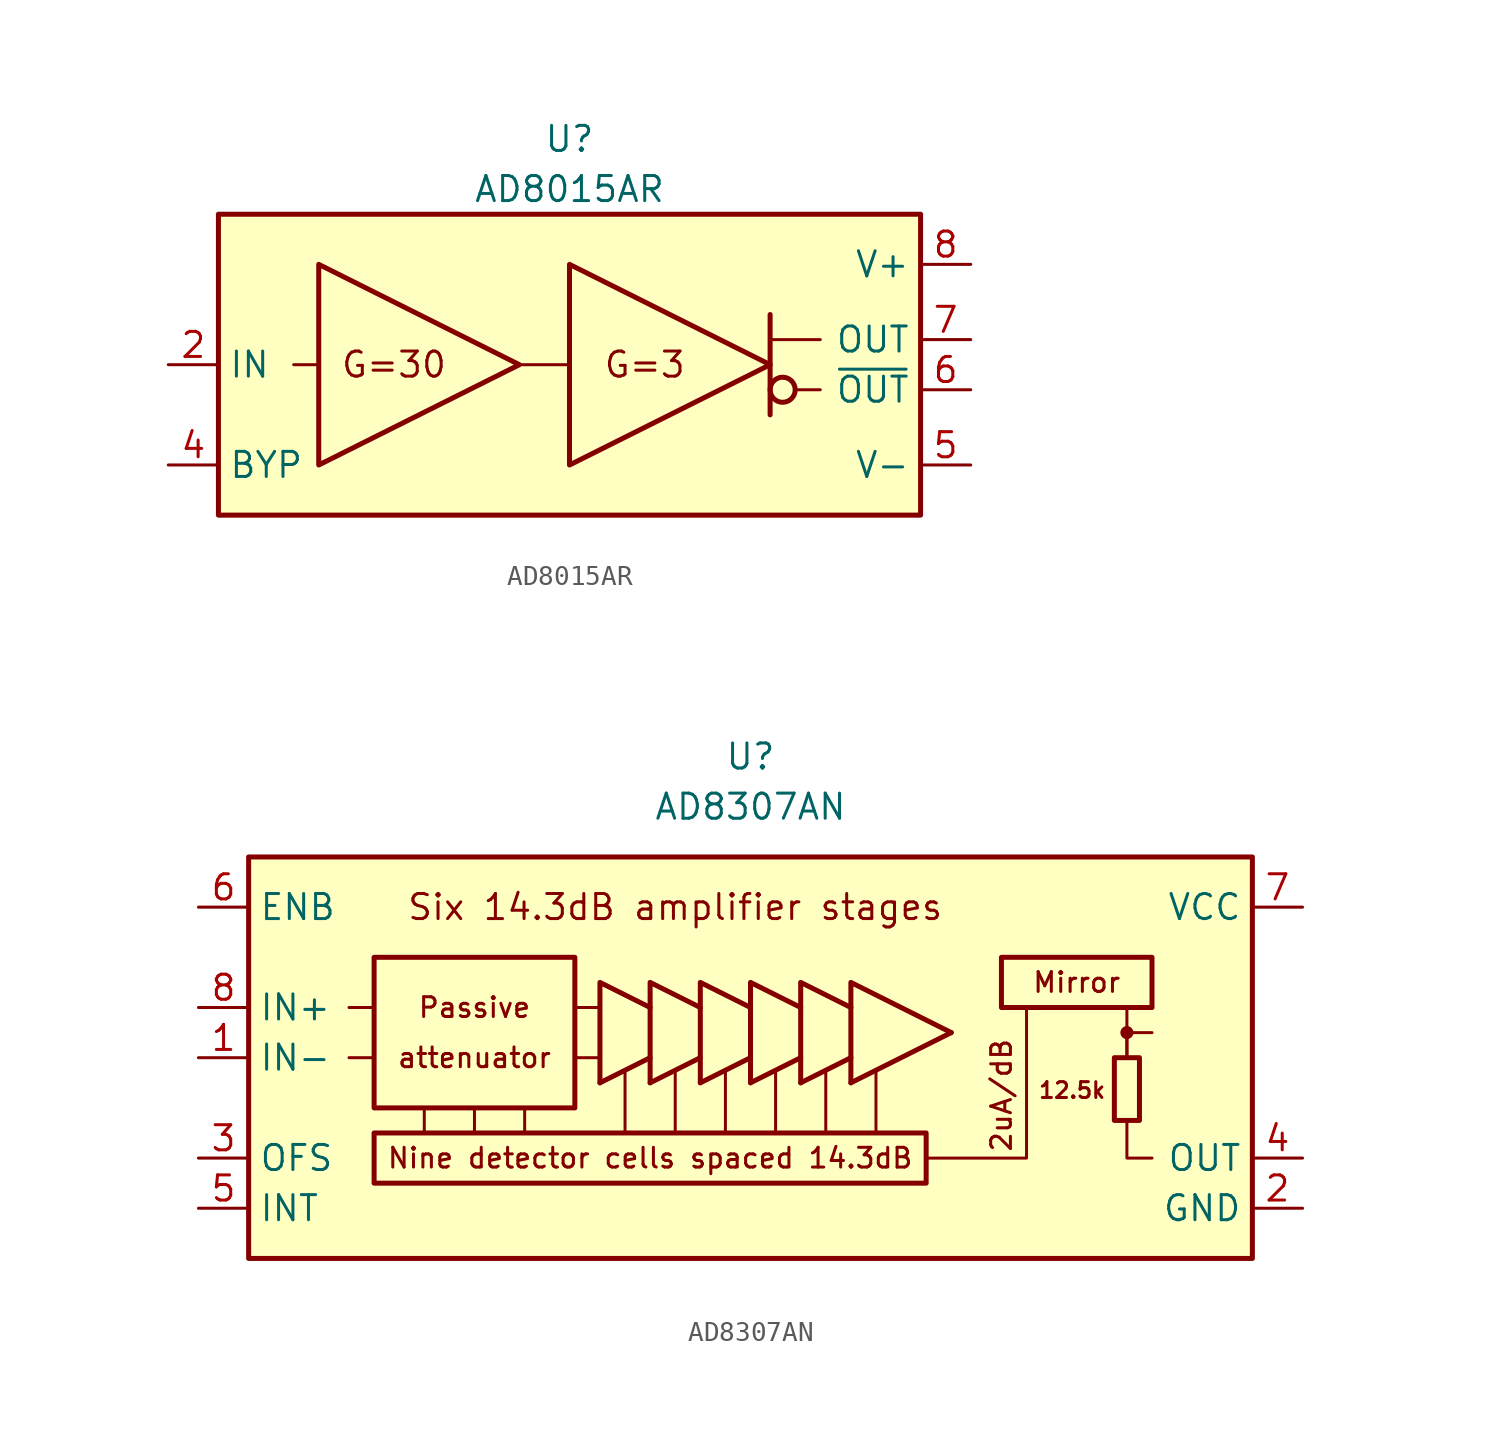
<source format=kicad_sym>
(kicad_symbol_lib
  (version 20211014)
  (generator kicad_symbol_editor)
  (symbol "AD8015AR"
    (property "Reference" "U"
      (at 0 11.43 0)
      (effects (font (size 1.27 1.27))))
    (property "Value" "AD8015AR"
      (at 0 8.89 0)
      (effects (font (size 1.27 1.27))))
    (symbol "AD8015AR_0_0"
      (rectangle (start -17.78 7.62) (end 17.78 -7.62) (stroke (width 0.254) (type default) (color 0 0 0 0)) (fill (type background)))
      (polyline (pts (xy -12.7 0) (xy -13.97 0)) (stroke (width 0.152) (type default) (color 0 0 0 0)) (fill (type none)))
      (polyline (pts (xy 0 0) (xy -2.54 0)) (stroke (width 0.152) (type default) (color 0 0 0 0)) (fill (type none)))
      (text "G=3" (at 3.81 0 0) (effects (font (size 1.27 1.27))))
      (text "G=30" (at -8.89 0 0) (effects (font (size 1.27 1.27)))))
    (symbol "AD8015AR_0_1"
      (polyline (pts (xy 10.16 1.27) (xy 12.7 1.27)) (stroke (width 0.152) (type default) (color 0 0 0 0)) (fill (type none)))
      (polyline (pts (xy 10.16 2.54) (xy 10.16 -2.54)) (stroke (width 0.254) (type default) (color 0 0 0 0)) (fill (type none)))
      (polyline (pts (xy 11.43 -1.27) (xy 12.7 -1.27)) (stroke (width 0.152) (type default) (color 0 0 0 0)) (fill (type none)))
      (polyline (pts (xy -12.7 5.08) (xy -12.7 -5.08) (xy -2.54 0) (xy -12.7 5.08)) (stroke (width 0.254) (type default) (color 0 0 0 0)) (fill (type none)))
      (polyline (pts (xy 0 5.08) (xy 0 -5.08) (xy 10.16 0) (xy 0 5.08)) (stroke (width 0.254) (type default) (color 0 0 0 0)) (fill (type none)))
      (circle (center 10.795 -1.27) (radius 0.635) (stroke (width 0.254) (type default) (color 0 0 0 0)) (fill (type none))))
    (symbol "AD8015AR_1_1"
      (pin input line (at -20.32 0 0) (length 2.54) (name "IN" (effects (font (size 1.27 1.27)))) (number "2" (effects (font (size 1.27 1.27)))))
      (pin passive line (at -20.32 -5.08 0) (length 2.54) (name "BYP" (effects (font (size 1.27 1.27)))) (number "4" (effects (font (size 1.27 1.27)))))
      (pin power_in line (at 20.32 -5.08 180) (length 2.54) (name "V-" (effects (font (size 1.27 1.27)))) (number "5" (effects (font (size 1.27 1.27)))))
      (pin output line (at 20.32 -1.27 180) (length 2.54) (name "~{OUT}" (effects (font (size 1.27 1.27)))) (number "6" (effects (font (size 1.27 1.27)))))
      (pin output line (at 20.32 1.27 180) (length 2.54) (name "OUT" (effects (font (size 1.27 1.27)))) (number "7" (effects (font (size 1.27 1.27)))))
      (pin power_in line (at 20.32 5.08 180) (length 2.54) (name "V+" (effects (font (size 1.27 1.27)))) (number "8" (effects (font (size 1.27 1.27)))))))
  (symbol "AD8307AN"
    (property "Reference" "U"
      (at 0 13.97 0)
      (effects (font (size 1.27 1.27))))
    (property "Value" "AD8307AN"
      (at 0 11.43 0)
      (effects (font (size 1.27 1.27))))
    (symbol "AD8307AN_0_0"
      (rectangle (start -25.4 8.89) (end 25.4 -11.43) (stroke (width 0.254) (type default) (color 0 0 0 0)) (fill (type background)))
      (rectangle (start -19.05 3.81) (end -8.89 -3.81) (stroke (width 0.254) (type default) (color 0 0 0 0)) (fill (type none)))
      (polyline (pts (xy -19.05 -1.27) (xy -20.32 -1.27)) (stroke (width 0.152) (type default) (color 0 0 0 0)) (fill (type none)))
      (polyline (pts (xy -19.05 1.27) (xy -20.32 1.27)) (stroke (width 0.152) (type default) (color 0 0 0 0)) (fill (type none)))
      (polyline (pts (xy -16.51 -3.81) (xy -16.51 -5.08)) (stroke (width 0.152) (type default) (color 0 0 0 0)) (fill (type none)))
      (polyline (pts (xy -13.97 -3.81) (xy -13.97 -5.08)) (stroke (width 0.152) (type default) (color 0 0 0 0)) (fill (type none)))
      (polyline (pts (xy -11.43 -3.81) (xy -11.43 -5.08)) (stroke (width 0.152) (type default) (color 0 0 0 0)) (fill (type none)))
      (polyline (pts (xy -8.89 -1.27) (xy -7.62 -1.27)) (stroke (width 0.152) (type default) (color 0 0 0 0)) (fill (type none)))
      (polyline (pts (xy -8.89 1.27) (xy -7.62 1.27)) (stroke (width 0.152) (type default) (color 0 0 0 0)) (fill (type none)))
      (polyline (pts (xy -6.35 -1.905) (xy -6.35 -5.08)) (stroke (width 0.152) (type default) (color 0 0 0 0)) (fill (type none)))
      (polyline (pts (xy -3.81 -1.905) (xy -3.81 -5.08)) (stroke (width 0.152) (type default) (color 0 0 0 0)) (fill (type none)))
      (polyline (pts (xy -1.27 -1.905) (xy -1.27 -5.08)) (stroke (width 0.152) (type default) (color 0 0 0 0)) (fill (type none)))
      (polyline (pts (xy 1.27 -1.905) (xy 1.27 -5.08)) (stroke (width 0.152) (type default) (color 0 0 0 0)) (fill (type none)))
      (polyline (pts (xy 3.81 -1.905) (xy 3.81 -5.08)) (stroke (width 0.152) (type default) (color 0 0 0 0)) (fill (type none)))
      (polyline (pts (xy 6.35 -1.905) (xy 6.35 -5.08)) (stroke (width 0.152) (type default) (color 0 0 0 0)) (fill (type none)))
      (polyline (pts (xy 19.05 -1.27) (xy 19.05 0)) (stroke (width 0.152) (type default) (color 0 0 0 0)) (fill (type none)))
      (polyline (pts (xy 19.05 0) (xy 20.32 0)) (stroke (width 0.152) (type default) (color 0 0 0 0)) (fill (type none)))
      (polyline (pts (xy 19.05 1.27) (xy 19.05 -1.27)) (stroke (width 0.152) (type default) (color 0 0 0 0)) (fill (type none)))
      (polyline (pts (xy 8.89 -6.35) (xy 13.97 -6.35) (xy 13.97 1.27)) (stroke (width 0.152) (type default) (color 0 0 0 0)) (fill (type none)))
      (polyline (pts (xy 19.05 -4.445) (xy 19.05 -6.35) (xy 20.32 -6.35)) (stroke (width 0.152) (type default) (color 0 0 0 0)) (fill (type none)))
      (rectangle (start 12.7 3.81) (end 20.32 1.27) (stroke (width 0.254) (type default) (color 0 0 0 0)) (fill (type none)))
      (circle (center 19.05 0) (radius 0.254) (stroke (width 0.152) (type default) (color 0 0 0 0)) (fill (type outline)))
      (text "12.5k" (at 18.034 -2.921 0) (effects (font (size 0.8 0.8)) (justify right)))
      (text "2uA/dB" (at 12.7 -3.175 900) (effects (font (size 1 1))))
      (text "attenuator" (at -13.97 -1.27 0) (effects (font (size 1 1))))
      (text "Mirror" (at 16.51 2.54 0) (effects (font (size 1 1))))
      (text "Nine detector cells spaced 14.3dB" (at -5.08 -6.35 0) (effects (font (size 1 1))))
      (text "Passive" (at -13.97 1.27 0) (effects (font (size 1 1))))
      (text "Six 14.3dB amplifier stages" (at -3.81 6.35 0) (effects (font (size 1.27 1.27)))))
    (symbol "AD8307AN_0_1"
      (rectangle (start -19.05 -5.08) (end 8.89 -7.62) (stroke (width 0.254) (type default) (color 0 0 0 0)) (fill (type none)))
      (polyline (pts (xy -7.62 -2.54) (xy -5.08 -1.27)) (stroke (width 0.254) (type default) (color 0 0 0 0)) (fill (type none)))
      (polyline (pts (xy -5.08 -2.54) (xy -2.54 -1.27)) (stroke (width 0.254) (type default) (color 0 0 0 0)) (fill (type none)))
      (polyline (pts (xy -2.54 -2.54) (xy 0 -1.27)) (stroke (width 0.254) (type default) (color 0 0 0 0)) (fill (type none)))
      (polyline (pts (xy 0 -2.54) (xy 2.54 -1.27)) (stroke (width 0.254) (type default) (color 0 0 0 0)) (fill (type none)))
      (polyline (pts (xy 2.54 -2.54) (xy 5.08 -1.27)) (stroke (width 0.254) (type default) (color 0 0 0 0)) (fill (type none)))
      (polyline (pts (xy 5.08 -2.54) (xy 10.16 0)) (stroke (width 0.254) (type default) (color 0 0 0 0)) (fill (type none)))
      (polyline (pts (xy -7.62 -2.54) (xy -7.62 2.54) (xy -5.08 1.27)) (stroke (width 0.254) (type default) (color 0 0 0 0)) (fill (type none)))
      (polyline (pts (xy -5.08 -2.54) (xy -5.08 2.54) (xy -2.54 1.27)) (stroke (width 0.254) (type default) (color 0 0 0 0)) (fill (type none)))
      (polyline (pts (xy -2.54 -2.54) (xy -2.54 2.54) (xy 0 1.27)) (stroke (width 0.254) (type default) (color 0 0 0 0)) (fill (type none)))
      (polyline (pts (xy 0 -2.54) (xy 0 2.54) (xy 2.54 1.27)) (stroke (width 0.254) (type default) (color 0 0 0 0)) (fill (type none)))
      (polyline (pts (xy 2.54 -2.54) (xy 2.54 2.54) (xy 5.08 1.27)) (stroke (width 0.254) (type default) (color 0 0 0 0)) (fill (type none)))
      (polyline (pts (xy 5.08 -2.54) (xy 5.08 2.54) (xy 10.16 0)) (stroke (width 0.254) (type default) (color 0 0 0 0)) (fill (type none)))
      (rectangle (start 18.415 -1.27) (end 19.685 -4.445) (stroke (width 0.254) (type default) (color 0 0 0 0)) (fill (type none))))
    (symbol "AD8307AN_1_1"
      (pin input line (at -27.94 -1.27 0) (length 2.54) (name "IN-" (effects (font (size 1.27 1.27)))) (number "1" (effects (font (size 1.27 1.27)))))
      (pin power_in line (at 27.94 -8.89 180) (length 2.54) (name "GND" (effects (font (size 1.27 1.27)))) (number "2" (effects (font (size 1.27 1.27)))))
      (pin passive line (at -27.94 -6.35 0) (length 2.54) (name "OFS" (effects (font (size 1.27 1.27)))) (number "3" (effects (font (size 1.27 1.27)))))
      (pin output line (at 27.94 -6.35 180) (length 2.54) (name "OUT" (effects (font (size 1.27 1.27)))) (number "4" (effects (font (size 1.27 1.27)))))
      (pin passive line (at -27.94 -8.89 0) (length 2.54) (name "INT" (effects (font (size 1.27 1.27)))) (number "5" (effects (font (size 1.27 1.27)))))
      (pin input line (at -27.94 6.35 0) (length 2.54) (name "ENB" (effects (font (size 1.27 1.27)))) (number "6" (effects (font (size 1.27 1.27)))))
      (pin power_in line (at 27.94 6.35 180) (length 2.54) (name "VCC" (effects (font (size 1.27 1.27)))) (number "7" (effects (font (size 1.27 1.27)))))
      (pin input line (at -27.94 1.27 0) (length 2.54) (name "IN+" (effects (font (size 1.27 1.27)))) (number "8" (effects (font (size 1.27 1.27))))))))
</source>
